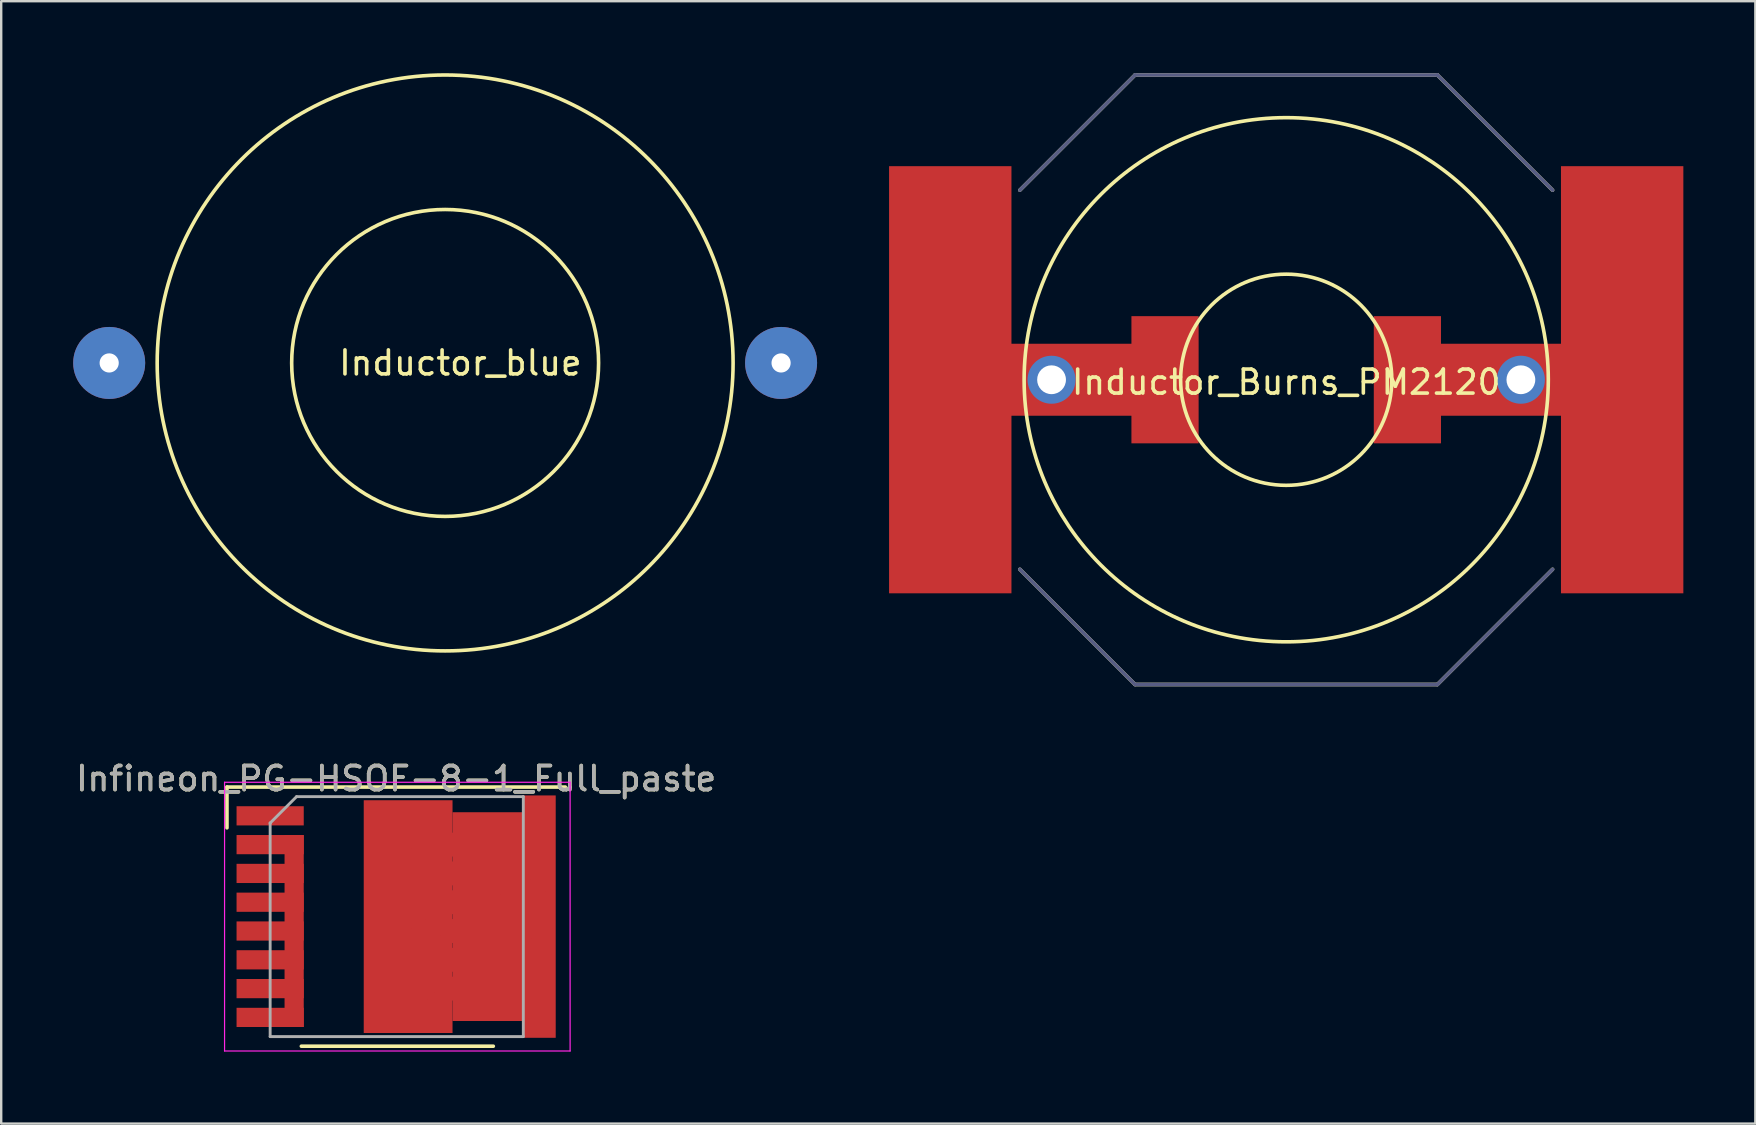
<source format=kicad_pcb>
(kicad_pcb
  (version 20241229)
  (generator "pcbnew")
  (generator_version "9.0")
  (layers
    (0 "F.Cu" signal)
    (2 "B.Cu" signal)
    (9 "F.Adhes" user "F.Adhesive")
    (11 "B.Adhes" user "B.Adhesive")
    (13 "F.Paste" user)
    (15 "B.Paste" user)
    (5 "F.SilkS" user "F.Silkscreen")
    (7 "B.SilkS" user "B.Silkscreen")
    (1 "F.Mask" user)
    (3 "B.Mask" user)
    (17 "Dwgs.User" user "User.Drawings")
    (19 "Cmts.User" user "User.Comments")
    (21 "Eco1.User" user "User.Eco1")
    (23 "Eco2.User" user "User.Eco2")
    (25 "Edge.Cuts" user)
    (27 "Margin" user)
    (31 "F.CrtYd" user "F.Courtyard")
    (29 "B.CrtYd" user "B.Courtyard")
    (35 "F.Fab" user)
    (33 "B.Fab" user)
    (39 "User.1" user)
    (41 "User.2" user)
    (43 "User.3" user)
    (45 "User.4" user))
  (footprint "Infineon_PG-HSOF-8-1_Full_paste"
    (layer "F.Cu")
    (at 13.458 35.148)
    (property "Reference" "Infineon_PG-HSOF-8-1_Full_paste" (at 0 -5.75 0) (layer "F.SilkS") (effects (font (size 1 1) (thickness 0.15))))
    (attr smd)
    (fp_line (start -7.05 -5.4) (end -7.05 -3.7) (stroke (width 0.15) (type solid)) (layer "F.SilkS"))
    (fp_line (start -3.95 5.4) (end 4.05 5.4) (stroke (width 0.15) (type solid)) (layer "F.SilkS"))
    (fp_line (start 7.05 -5.4) (end -7.05 -5.4) (stroke (width 0.15) (type solid)) (layer "F.SilkS"))
    (fp_line (start -7.15 5.6) (end -7.15 -5.6) (stroke (width 0.05) (type solid)) (layer "F.CrtYd"))
    (fp_line (start -7.15 5.6) (end 7.25 5.6) (stroke (width 0.05) (type solid)) (layer "F.CrtYd"))
    (fp_line (start 7.25 -5.6) (end -7.15 -5.6) (stroke (width 0.05) (type solid)) (layer "F.CrtYd"))
    (fp_line (start 7.25 -5.6) (end 7.25 5.6) (stroke (width 0.05) (type solid)) (layer "F.CrtYd"))
    (fp_line (start -5.25 -3.9) (end -5.25 -3.9) (stroke (width 0.12) (type solid)) (layer "F.Fab"))
    (fp_line (start -5.25 5) (end -5.25 -3.9) (stroke (width 0.12) (type solid)) (layer "F.Fab"))
    (fp_line (start -4.15 -5) (end -5.25 -3.9) (stroke (width 0.12) (type solid)) (layer "F.Fab"))
    (fp_line (start -4.15 -5) (end 5.3 -5) (stroke (width 0.12) (type solid)) (layer "F.Fab"))
    (fp_line (start 5.3 -5) (end 5.3 5) (stroke (width 0.12) (type solid)) (layer "F.Fab"))
    (fp_line (start 5.3 5) (end -5.25 5) (stroke (width 0.12) (type solid)) (layer "F.Fab"))
    (fp_text user "${REFERENCE}" (at 0 -5.75 0) (layer "F.Fab") (effects (font (size 1 1) (thickness 0.15))))
    (pad "1" smd rect (at -5.25 -4.2 270) (size 0.8 2.8) (layers "F.Cu" "F.Mask" "F.Paste"))
    (pad "2" smd rect (at -5.25 -3 270) (size 0.8 2.8) (layers "F.Cu" "F.Mask" "F.Paste"))
    (pad "2" smd rect (at -5.25 -1.8 270) (size 0.8 2.8) (layers "F.Cu" "F.Mask" "F.Paste"))
    (pad "2" smd rect (at -5.25 -0.6 270) (size 0.8 2.8) (layers "F.Cu" "F.Mask" "F.Paste"))
    (pad "2" smd rect (at -5.25 0.6 270) (size 0.8 2.8) (layers "F.Cu" "F.Mask" "F.Paste"))
    (pad "2" smd rect (at -5.25 1.8 270) (size 0.8 2.8) (layers "F.Cu" "F.Mask" "F.Paste"))
    (pad "2" smd rect (at -5.25 3 270) (size 0.8 2.8) (layers "F.Cu" "F.Mask" "F.Paste"))
    (pad "2" smd rect (at -5.25 4.2 270) (size 0.8 2.8) (layers "F.Cu" "F.Mask" "F.Paste"))
    (pad "2" smd rect (at -4.25 0.6 270) (size 8 0.8) (layers "F.Cu" "F.Mask"))
    (pad "3" smd circle (at -0.08 -4.2 270) (size 1 1) (layers "F.Cu" "F.Mask" "F.Paste"))
    (pad "3" smd circle (at -0.08 -3 270) (size 1 1) (layers "F.Cu" "F.Mask" "F.Paste"))
    (pad "3" smd circle (at -0.08 -1.8 270) (size 1 1) (layers "F.Cu" "F.Mask" "F.Paste"))
    (pad "3" smd circle (at -0.08 -0.6 270) (size 1 1) (layers "F.Cu" "F.Mask" "F.Paste"))
    (pad "3" smd circle (at -0.08 0.6 270) (size 1 1) (layers "F.Cu" "F.Mask" "F.Paste"))
    (pad "3" smd circle (at -0.08 1.8 270) (size 1 1) (layers "F.Cu" "F.Mask" "F.Paste"))
    (pad "3" smd circle (at -0.08 3 270) (size 1 1) (layers "F.Cu" "F.Mask" "F.Paste"))
    (pad "3" smd circle (at -0.08 4.2 270) (size 1 1) (layers "F.Cu" "F.Mask" "F.Paste"))
    (pad "3" smd rect (at 0.5 0 270) (size 9.7 3.7) (layers "F.Cu" "F.Mask" "F.Paste"))
    (pad "3" smd circle (at 1.12 -4.2 270) (size 1 1) (layers "F.Cu" "F.Mask" "F.Paste"))
    (pad "3" smd circle (at 1.12 -3 270) (size 1 1) (layers "F.Cu" "F.Mask" "F.Paste"))
    (pad "3" smd circle (at 1.12 -1.8 270) (size 1 1) (layers "F.Cu" "F.Mask" "F.Paste"))
    (pad "3" smd circle (at 1.12 -0.6 270) (size 1 1) (layers "F.Cu" "F.Mask" "F.Paste"))
    (pad "3" smd circle (at 1.12 0.6 270) (size 1 1) (layers "F.Cu" "F.Mask" "F.Paste"))
    (pad "3" smd circle (at 1.12 1.8 270) (size 1 1) (layers "F.Cu" "F.Mask" "F.Paste"))
    (pad "3" smd circle (at 1.12 3 270) (size 1 1) (layers "F.Cu" "F.Mask" "F.Paste"))
    (pad "3" smd circle (at 1.12 4.2 270) (size 1 1) (layers "F.Cu" "F.Mask" "F.Paste"))
    (pad "3" smd circle (at 2.32 -3 270) (size 1 1) (layers "F.Cu" "F.Mask" "F.Paste"))
    (pad "3" smd circle (at 2.32 -1.8 270) (size 1 1) (layers "F.Cu" "F.Mask" "F.Paste"))
    (pad "3" smd circle (at 2.32 -0.6 270) (size 1 1) (layers "F.Cu" "F.Mask" "F.Paste"))
    (pad "3" smd circle (at 2.32 0.6 270) (size 1 1) (layers "F.Cu" "F.Mask" "F.Paste"))
    (pad "3" smd circle (at 2.32 1.8 270) (size 1 1) (layers "F.Cu" "F.Mask" "F.Paste"))
    (pad "3" smd circle (at 2.32 3 270) (size 1 1) (layers "F.Cu" "F.Mask" "F.Paste"))
    (pad "3" smd circle (at 3.52 -3 270) (size 1 1) (layers "F.Cu" "F.Mask" "F.Paste"))
    (pad "3" smd circle (at 3.52 -1.8 270) (size 1 1) (layers "F.Cu" "F.Mask" "F.Paste"))
    (pad "3" smd circle (at 3.52 -0.6 270) (size 1 1) (layers "F.Cu" "F.Mask" "F.Paste"))
    (pad "3" smd circle (at 3.52 0.6 270) (size 1 1) (layers "F.Cu" "F.Mask" "F.Paste"))
    (pad "3" smd circle (at 3.52 1.8 270) (size 1 1) (layers "F.Cu" "F.Mask" "F.Paste"))
    (pad "3" smd circle (at 3.52 3 270) (size 1 1) (layers "F.Cu" "F.Mask" "F.Paste"))
    (pad "3" smd rect (at 3.8 0 270) (size 8.7 2.9) (layers "F.Cu" "F.Mask" "F.Paste"))
    (pad "3" smd circle (at 4.72 -3 270) (size 1 1) (layers "F.Cu" "F.Mask" "F.Paste"))
    (pad "3" smd circle (at 4.72 -1.8 270) (size 1 1) (layers "F.Cu" "F.Mask" "F.Paste"))
    (pad "3" smd circle (at 4.72 -0.6 270) (size 1 1) (layers "F.Cu" "F.Mask" "F.Paste"))
    (pad "3" smd circle (at 4.72 0.6 270) (size 1 1) (layers "F.Cu" "F.Mask" "F.Paste"))
    (pad "3" smd circle (at 4.72 1.8 270) (size 1 1) (layers "F.Cu" "F.Mask" "F.Paste"))
    (pad "3" smd circle (at 4.72 3 270) (size 1 1) (layers "F.Cu" "F.Mask" "F.Paste"))
    (pad "3" smd rect (at 5.95 0 270) (size 10.1 1.4) (layers "F.Cu" "F.Mask" "F.Paste"))
    (pad "3" smd circle (at 6.02 -4.2 270) (size 1 1) (layers "F.Cu" "F.Mask" "F.Paste"))
    (pad "3" smd circle (at 6.02 -3 270) (size 1 1) (layers "F.Cu" "F.Mask" "F.Paste"))
    (pad "3" smd circle (at 6.02 -1.8 270) (size 1 1) (layers "F.Cu" "F.Mask" "F.Paste"))
    (pad "3" smd circle (at 6.02 -0.6 270) (size 1 1) (layers "F.Cu" "F.Mask" "F.Paste"))
    (pad "3" smd circle (at 6.02 0.6 270) (size 1 1) (layers "F.Cu" "F.Mask" "F.Paste"))
    (pad "3" smd circle (at 6.02 1.8 270) (size 1 1) (layers "F.Cu" "F.Mask" "F.Paste"))
    (pad "3" smd circle (at 6.02 3 270) (size 1 1) (layers "F.Cu" "F.Mask" "F.Paste"))
    (pad "3" smd circle (at 6.02 4.2 270) (size 1 1) (layers "F.Cu" "F.Mask" "F.Paste")))
  (footprint "Inductor_blue"
    (layer "F.Cu")
    (at 15.5 12.075)
    (property "Reference" "Inductor_blue" (at 0.635 0 0) (layer "F.SilkS") (effects (font (size 1 1) (thickness 0.15))))
    (attr through_hole)
    (fp_circle (center 0 0) (end 6.395 0) (stroke (width 0.15) (type solid)) (fill no) (layer "F.SilkS"))
    (fp_circle (center 0 0) (end 12 0) (stroke (width 0.15) (type solid)) (fill no) (layer "F.SilkS"))
    (pad "1" thru_hole circle (at -14 0) (size 3 3) (drill 0.8) (layers "*.Cu" "*.Mask"))
    (pad "2" thru_hole circle (at 14 0) (size 3 3) (drill 0.8) (layers "*.Cu" "*.Mask")))
  (footprint "Inductor_Burns_PM2120"
    (layer "F.Cu")
    (at 50.55 12.775)
    (property "Reference" "Inductor_Burns_PM2120" (at 0 0.1 0) (layer "F.SilkS") (effects (font (size 1 1) (thickness 0.15))))
    (attr through_hole)
    (fp_line (start -11.1 7.9) (end -6.3 12.7) (stroke (width 0.15) (type solid)) (layer "F.SilkS"))
    (fp_line (start -6.3 -12.7) (end -11.1 -7.9) (stroke (width 0.15) (type solid)) (layer "F.SilkS"))
    (fp_line (start -6.3 -12.7) (end 6.3 -12.7) (stroke (width 0.15) (type solid)) (layer "F.SilkS"))
    (fp_line (start -6.3 12.7) (end 6.3 12.7) (stroke (width 0.15) (type solid)) (layer "F.SilkS"))
    (fp_line (start 6.3 -12.7) (end 11.1 -7.9) (stroke (width 0.15) (type solid)) (layer "F.SilkS"))
    (fp_line (start 6.3 12.7) (end 11.1 7.9) (stroke (width 0.15) (type solid)) (layer "F.SilkS"))
    (fp_circle (center 0 0) (end 4.4 0) (stroke (width 0.15) (type solid)) (fill no) (layer "F.SilkS"))
    (fp_circle (center 0 0) (end 10.922 0) (stroke (width 0.15) (type solid)) (fill no) (layer "F.SilkS"))
    (fp_line (start -11.1 7.9) (end -6.3 12.7) (stroke (width 0.15) (type solid)) (layer "B.Fab"))
    (fp_line (start -6.3 -12.7) (end -11.1 -7.9) (stroke (width 0.15) (type solid)) (layer "B.Fab"))
    (fp_line (start -6.3 -12.7) (end 6.3 -12.7) (stroke (width 0.15) (type solid)) (layer "B.Fab"))
    (fp_line (start -6.3 12.7) (end 6.3 12.7) (stroke (width 0.15) (type solid)) (layer "B.Fab"))
    (fp_line (start 6.3 -12.7) (end 11.1 -7.9) (stroke (width 0.15) (type solid)) (layer "B.Fab"))
    (fp_line (start 6.3 12.7) (end 11.1 7.9) (stroke (width 0.15) (type solid)) (layer "B.Fab"))
    (pad "1" smd rect (at -14 0) (size 5.1 17.8) (layers "F.Cu" "F.Mask" "F.Paste"))
    (pad "1" thru_hole circle (at -9.779 0) (size 2 2) (drill 1.2) (layers "*.Cu" "*.Mask"))
    (pad "1" smd rect (at -9 0) (size 6 3) (layers "F.Cu" "F.Mask" "F.Paste"))
    (pad "1" smd rect (at -5.05 0) (size 2.8 5.3) (layers "F.Cu" "F.Mask" "F.Paste"))
    (pad "2" smd rect (at 5.05 0) (size 2.8 5.3) (layers "F.Cu" "F.Mask" "F.Paste"))
    (pad "2" smd rect (at 9 0) (size 6 3) (layers "F.Cu" "F.Mask" "F.Paste"))
    (pad "2" thru_hole circle (at 9.779 0) (size 2 2) (drill 1.2) (layers "*.Cu" "*.Mask"))
    (pad "2" smd rect (at 14 0) (size 5.1 17.8) (layers "F.Cu" "F.Mask" "F.Paste")))
  (gr_rect
    (start -3 -3)
    (end 70.1 43.773)
    (stroke (width 0.1) (type default))
    (fill no)
    (layer "Edge.Cuts")))
</source>
